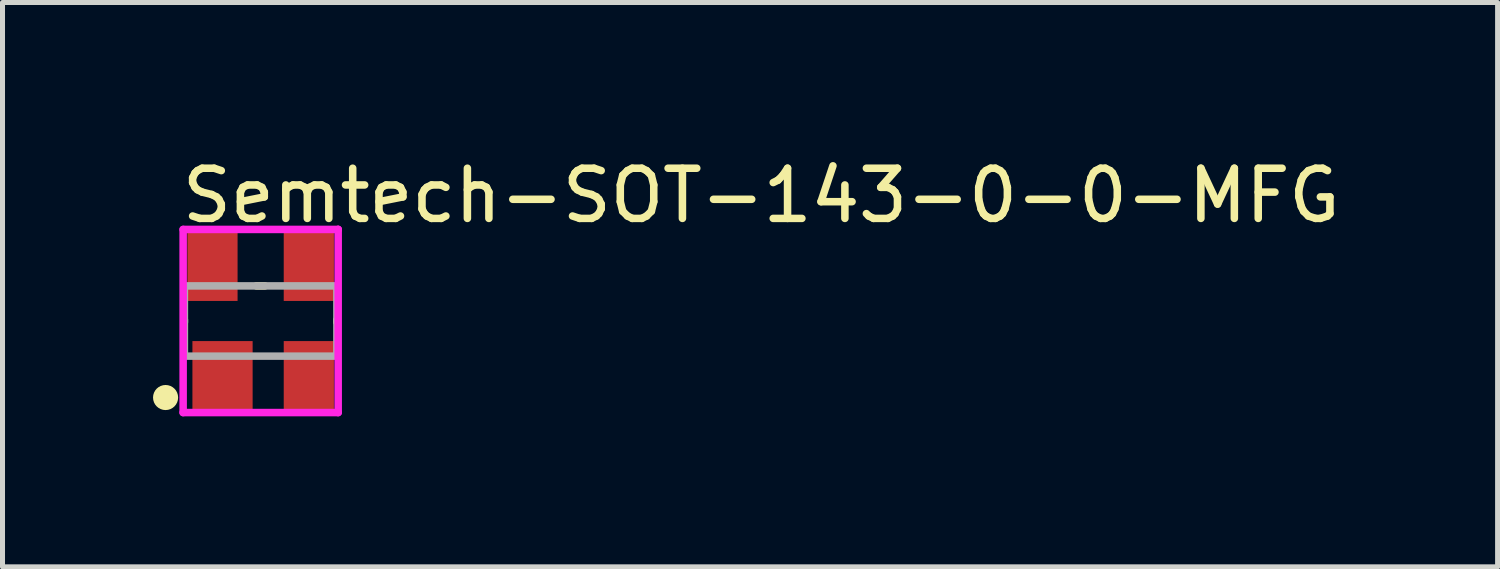
<source format=kicad_pcb>
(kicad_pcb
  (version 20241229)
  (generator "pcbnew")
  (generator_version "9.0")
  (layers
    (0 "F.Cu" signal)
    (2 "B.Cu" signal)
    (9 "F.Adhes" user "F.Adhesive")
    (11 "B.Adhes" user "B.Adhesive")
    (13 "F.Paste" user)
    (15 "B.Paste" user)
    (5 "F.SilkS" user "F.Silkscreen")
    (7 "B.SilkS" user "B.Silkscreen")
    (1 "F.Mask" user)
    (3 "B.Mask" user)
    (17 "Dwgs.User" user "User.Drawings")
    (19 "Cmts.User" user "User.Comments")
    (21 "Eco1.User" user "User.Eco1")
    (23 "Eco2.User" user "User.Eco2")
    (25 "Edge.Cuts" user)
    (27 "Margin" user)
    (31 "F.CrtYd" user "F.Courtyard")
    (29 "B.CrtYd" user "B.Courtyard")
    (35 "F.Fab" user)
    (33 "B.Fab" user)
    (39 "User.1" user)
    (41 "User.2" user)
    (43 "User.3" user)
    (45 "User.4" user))
  (footprint "Semtech-SOT-143-0-0-MFG"
    (layer "F.Cu")
    (at 2.145 3.348)
    (property "Reference" "Semtech-SOT-143-0-0-MFG" (at -1.645 -2.5 0) (layer "F.SilkS") (effects (font (size 1 1) (thickness 0.15)) (justify left)))
    (attr through_hole)
    (fp_line (start -1.52 0.025) (end -1.52 -0.025) (stroke (width 0.15) (type solid)) (layer "F.SilkS"))
    (fp_line (start -0.085 -0.7) (end 0.085 -0.7) (stroke (width 0.15) (type solid)) (layer "F.SilkS"))
    (fp_line (start 1.52 0.025) (end 1.52 -0.025) (stroke (width 0.15) (type solid)) (layer "F.SilkS"))
    (fp_circle (center -1.895 1.525) (end -1.77 1.525) (stroke (width 0.25) (type solid)) (fill no) (layer "F.SilkS"))
    (fp_line (start -1.545 -1.825) (end -1.545 1.825) (stroke (width 0.15) (type solid)) (layer "F.CrtYd"))
    (fp_line (start -1.545 1.825) (end 1.545 1.825) (stroke (width 0.15) (type solid)) (layer "F.CrtYd"))
    (fp_line (start 1.545 -1.825) (end -1.545 -1.825) (stroke (width 0.15) (type solid)) (layer "F.CrtYd"))
    (fp_line (start 1.545 -1.825) (end 1.545 -1.825) (stroke (width 0.15) (type solid)) (layer "F.CrtYd"))
    (fp_line (start 1.545 1.825) (end 1.545 -1.825) (stroke (width 0.15) (type solid)) (layer "F.CrtYd"))
    (fp_line (start -1.52 -0.7) (end 1.52 -0.7) (stroke (width 0.15) (type solid)) (layer "F.Fab"))
    (fp_line (start -1.52 0.7) (end -1.52 -0.7) (stroke (width 0.15) (type solid)) (layer "F.Fab"))
    (fp_line (start 1.52 -0.7) (end 1.52 0.7) (stroke (width 0.15) (type solid)) (layer "F.Fab"))
    (fp_line (start 1.52 0.7) (end -1.52 0.7) (stroke (width 0.15) (type solid)) (layer "F.Fab"))
    (pad "1" smd rect (at -0.76 1.1) (size 1.2 1.4) (layers "F.Cu" "F.Mask" "F.Paste"))
    (pad "2" smd rect (at 0.96 1.1) (size 1 1.4) (layers "F.Cu" "F.Mask" "F.Paste"))
    (pad "3" smd rect (at 0.96 -1.1) (size 1 1.4) (layers "F.Cu" "F.Mask" "F.Paste"))
    (pad "4" smd rect (at -0.96 -1.1) (size 1 1.4) (layers "F.Cu" "F.Mask" "F.Paste")))
  (gr_rect
    (start -3 -3)
    (end 26.798 8.248)
    (stroke (width 0.1) (type default))
    (fill no)
    (layer "Edge.Cuts")))
</source>
